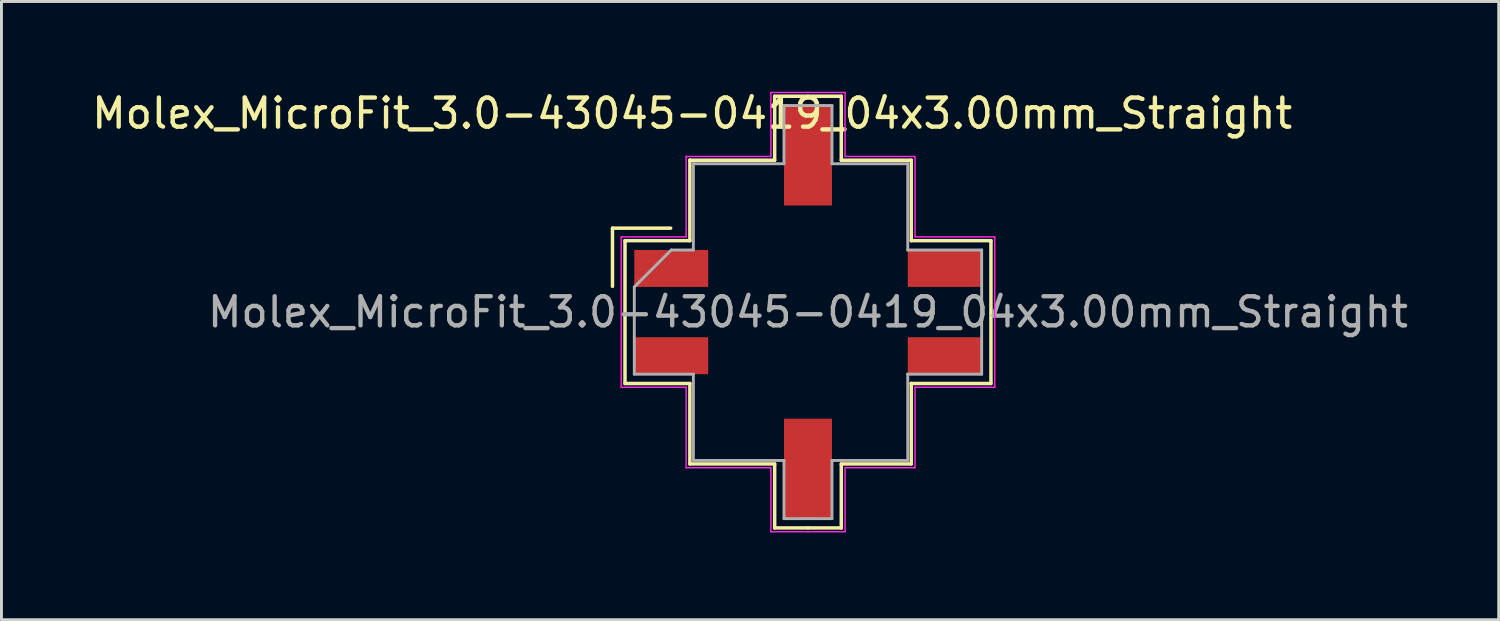
<source format=kicad_pcb>
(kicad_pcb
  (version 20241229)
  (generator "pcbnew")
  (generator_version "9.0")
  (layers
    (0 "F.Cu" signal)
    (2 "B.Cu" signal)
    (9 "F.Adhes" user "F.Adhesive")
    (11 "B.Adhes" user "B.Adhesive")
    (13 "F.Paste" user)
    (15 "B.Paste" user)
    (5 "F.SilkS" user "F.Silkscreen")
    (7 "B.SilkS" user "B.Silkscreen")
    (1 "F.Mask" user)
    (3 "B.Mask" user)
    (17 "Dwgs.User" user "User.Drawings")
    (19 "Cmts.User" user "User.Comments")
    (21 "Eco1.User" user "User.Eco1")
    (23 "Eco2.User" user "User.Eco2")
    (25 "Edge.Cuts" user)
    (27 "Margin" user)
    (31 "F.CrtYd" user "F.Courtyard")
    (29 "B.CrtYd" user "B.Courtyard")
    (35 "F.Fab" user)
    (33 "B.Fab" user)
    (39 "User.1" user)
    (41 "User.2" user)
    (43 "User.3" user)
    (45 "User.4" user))
  (footprint "Molex_MicroFit_3.0-43045-0419_04x3.00mm_Straight"
    (layer "F.Cu")
    (at 24.724 7.678)
    (property "Reference" "Molex_MicroFit_3.0-43045-0419_04x3.00mm_Straight" (at -3.98 -6.83 0) (layer "F.SilkS") (effects (font (size 1 1) (thickness 0.15))))
    (attr smd)
    (fp_line (start -6.72 -2.885) (end -6.72 -0.885) (stroke (width 0.12) (type solid)) (layer "F.SilkS"))
    (fp_line (start -6.29 -2.455) (end -4.06 -2.455) (stroke (width 0.12) (type solid)) (layer "F.SilkS"))
    (fp_line (start -6.29 2.455) (end -6.29 -2.455) (stroke (width 0.12) (type solid)) (layer "F.SilkS"))
    (fp_line (start -4.72 -2.885) (end -6.72 -2.885) (stroke (width 0.12) (type solid)) (layer "F.SilkS"))
    (fp_line (start -4.06 -5.22) (end -4.06 -5.22) (stroke (width 0.12) (type solid)) (layer "F.SilkS"))
    (fp_line (start -4.06 -5.22) (end -1.145 -5.22) (stroke (width 0.12) (type solid)) (layer "F.SilkS"))
    (fp_line (start -4.06 -2.455) (end -4.06 -5.22) (stroke (width 0.12) (type solid)) (layer "F.SilkS"))
    (fp_line (start -4.06 2.455) (end -6.29 2.455) (stroke (width 0.12) (type solid)) (layer "F.SilkS"))
    (fp_line (start -4.06 5.22) (end -4.06 2.455) (stroke (width 0.12) (type solid)) (layer "F.SilkS"))
    (fp_line (start -1.145 -7.42) (end 0 -7.42) (stroke (width 0.12) (type solid)) (layer "F.SilkS"))
    (fp_line (start -1.145 -5.22) (end -1.145 -7.42) (stroke (width 0.12) (type solid)) (layer "F.SilkS"))
    (fp_line (start -1.145 5.22) (end -4.06 5.22) (stroke (width 0.12) (type solid)) (layer "F.SilkS"))
    (fp_line (start -1.145 7.42) (end -1.145 5.22) (stroke (width 0.12) (type solid)) (layer "F.SilkS"))
    (fp_line (start 0 -7.42) (end 1.145 -7.42) (stroke (width 0.12) (type solid)) (layer "F.SilkS"))
    (fp_line (start 0 7.42) (end -1.145 7.42) (stroke (width 0.12) (type solid)) (layer "F.SilkS"))
    (fp_line (start 1.145 -7.42) (end 1.145 -5.22) (stroke (width 0.12) (type solid)) (layer "F.SilkS"))
    (fp_line (start 1.145 -5.22) (end 3.55 -5.22) (stroke (width 0.12) (type solid)) (layer "F.SilkS"))
    (fp_line (start 1.145 5.22) (end 1.145 7.42) (stroke (width 0.12) (type solid)) (layer "F.SilkS"))
    (fp_line (start 1.145 7.42) (end 0 7.42) (stroke (width 0.12) (type solid)) (layer "F.SilkS"))
    (fp_line (start 3.55 -5.22) (end 3.55 -2.455) (stroke (width 0.12) (type solid)) (layer "F.SilkS"))
    (fp_line (start 3.55 -2.455) (end 6.29 -2.455) (stroke (width 0.12) (type solid)) (layer "F.SilkS"))
    (fp_line (start 3.55 2.455) (end 3.55 2.455) (stroke (width 0.12) (type solid)) (layer "F.SilkS"))
    (fp_line (start 3.55 2.455) (end 3.55 5.22) (stroke (width 0.12) (type solid)) (layer "F.SilkS"))
    (fp_line (start 3.55 5.22) (end 1.145 5.22) (stroke (width 0.12) (type solid)) (layer "F.SilkS"))
    (fp_line (start 6.29 -2.455) (end 6.29 2.455) (stroke (width 0.12) (type solid)) (layer "F.SilkS"))
    (fp_line (start 6.29 2.455) (end 3.55 2.455) (stroke (width 0.12) (type solid)) (layer "F.SilkS"))
    (fp_line (start -6.42 -2.585) (end -4.19 -2.585) (stroke (width 0.05) (type solid)) (layer "F.CrtYd"))
    (fp_line (start -6.42 2.585) (end -6.42 -2.585) (stroke (width 0.05) (type solid)) (layer "F.CrtYd"))
    (fp_line (start -4.19 -5.35) (end -4.19 -5.35) (stroke (width 0.05) (type solid)) (layer "F.CrtYd"))
    (fp_line (start -4.19 -5.35) (end -1.275 -5.35) (stroke (width 0.05) (type solid)) (layer "F.CrtYd"))
    (fp_line (start -4.19 -2.585) (end -4.19 -5.35) (stroke (width 0.05) (type solid)) (layer "F.CrtYd"))
    (fp_line (start -4.19 2.585) (end -6.42 2.585) (stroke (width 0.05) (type solid)) (layer "F.CrtYd"))
    (fp_line (start -4.19 5.35) (end -4.19 2.585) (stroke (width 0.05) (type solid)) (layer "F.CrtYd"))
    (fp_line (start -1.275 -7.55) (end 0 -7.55) (stroke (width 0.05) (type solid)) (layer "F.CrtYd"))
    (fp_line (start -1.275 -5.35) (end -1.275 -7.55) (stroke (width 0.05) (type solid)) (layer "F.CrtYd"))
    (fp_line (start -1.275 5.35) (end -4.19 5.35) (stroke (width 0.05) (type solid)) (layer "F.CrtYd"))
    (fp_line (start -1.275 7.55) (end -1.275 5.35) (stroke (width 0.05) (type solid)) (layer "F.CrtYd"))
    (fp_line (start 0 -7.55) (end 1.275 -7.55) (stroke (width 0.05) (type solid)) (layer "F.CrtYd"))
    (fp_line (start 0 7.55) (end -1.275 7.55) (stroke (width 0.05) (type solid)) (layer "F.CrtYd"))
    (fp_line (start 1.275 -7.55) (end 1.275 -5.35) (stroke (width 0.05) (type solid)) (layer "F.CrtYd"))
    (fp_line (start 1.275 -5.35) (end 3.68 -5.35) (stroke (width 0.05) (type solid)) (layer "F.CrtYd"))
    (fp_line (start 1.275 5.35) (end 1.275 7.55) (stroke (width 0.05) (type solid)) (layer "F.CrtYd"))
    (fp_line (start 1.275 7.55) (end 0 7.55) (stroke (width 0.05) (type solid)) (layer "F.CrtYd"))
    (fp_line (start 3.68 -5.35) (end 3.68 -2.585) (stroke (width 0.05) (type solid)) (layer "F.CrtYd"))
    (fp_line (start 3.68 -2.585) (end 6.42 -2.585) (stroke (width 0.05) (type solid)) (layer "F.CrtYd"))
    (fp_line (start 3.68 2.585) (end 3.68 2.585) (stroke (width 0.05) (type solid)) (layer "F.CrtYd"))
    (fp_line (start 3.68 2.585) (end 3.68 5.35) (stroke (width 0.05) (type solid)) (layer "F.CrtYd"))
    (fp_line (start 3.68 5.35) (end 1.275 5.35) (stroke (width 0.05) (type solid)) (layer "F.CrtYd"))
    (fp_line (start 6.42 -2.585) (end 6.42 2.585) (stroke (width 0.05) (type solid)) (layer "F.CrtYd"))
    (fp_line (start 6.42 2.585) (end 3.68 2.585) (stroke (width 0.05) (type solid)) (layer "F.CrtYd"))
    (fp_line (start -5.97 -0.865) (end -4.7 -2.135) (stroke (width 0.1) (type solid)) (layer "F.Fab"))
    (fp_line (start -5.97 2.135) (end -5.97 -0.865) (stroke (width 0.1) (type solid)) (layer "F.Fab"))
    (fp_line (start -4.7 -2.135) (end -3.94 -2.135) (stroke (width 0.1) (type solid)) (layer "F.Fab"))
    (fp_line (start -3.94 -5.1) (end -3.94 -5.1) (stroke (width 0.1) (type solid)) (layer "F.Fab"))
    (fp_line (start -3.94 -5.1) (end -0.825 -5.1) (stroke (width 0.1) (type solid)) (layer "F.Fab"))
    (fp_line (start -3.94 -2.135) (end -3.94 -5.1) (stroke (width 0.1) (type solid)) (layer "F.Fab"))
    (fp_line (start -3.94 2.135) (end -5.97 2.135) (stroke (width 0.1) (type solid)) (layer "F.Fab"))
    (fp_line (start -3.94 5.1) (end -3.94 2.135) (stroke (width 0.1) (type solid)) (layer "F.Fab"))
    (fp_line (start -0.825 -7.1) (end 0 -7.1) (stroke (width 0.1) (type solid)) (layer "F.Fab"))
    (fp_line (start -0.825 -5.1) (end -0.825 -7.1) (stroke (width 0.1) (type solid)) (layer "F.Fab"))
    (fp_line (start -0.825 5.1) (end -3.94 5.1) (stroke (width 0.1) (type solid)) (layer "F.Fab"))
    (fp_line (start -0.825 7.1) (end -0.825 5.1) (stroke (width 0.1) (type solid)) (layer "F.Fab"))
    (fp_line (start 0 -7.1) (end 0.825 -7.1) (stroke (width 0.1) (type solid)) (layer "F.Fab"))
    (fp_line (start 0 7.1) (end -0.825 7.1) (stroke (width 0.1) (type solid)) (layer "F.Fab"))
    (fp_line (start 0.825 -7.1) (end 0.825 -5.1) (stroke (width 0.1) (type solid)) (layer "F.Fab"))
    (fp_line (start 0.825 -5.1) (end 3.43 -5.1) (stroke (width 0.1) (type solid)) (layer "F.Fab"))
    (fp_line (start 0.825 5.1) (end 0.825 7.1) (stroke (width 0.1) (type solid)) (layer "F.Fab"))
    (fp_line (start 0.825 7.1) (end 0 7.1) (stroke (width 0.1) (type solid)) (layer "F.Fab"))
    (fp_line (start 3.43 -5.1) (end 3.43 -2.135) (stroke (width 0.1) (type solid)) (layer "F.Fab"))
    (fp_line (start 3.43 -2.135) (end 5.97 -2.135) (stroke (width 0.1) (type solid)) (layer "F.Fab"))
    (fp_line (start 3.43 2.135) (end 3.43 2.135) (stroke (width 0.1) (type solid)) (layer "F.Fab"))
    (fp_line (start 3.43 2.135) (end 3.43 5.1) (stroke (width 0.1) (type solid)) (layer "F.Fab"))
    (fp_line (start 3.43 5.1) (end 0.825 5.1) (stroke (width 0.1) (type solid)) (layer "F.Fab"))
    (fp_line (start 5.97 -2.135) (end 5.97 2.135) (stroke (width 0.1) (type solid)) (layer "F.Fab"))
    (fp_line (start 5.97 2.135) (end 3.43 2.135) (stroke (width 0.1) (type solid)) (layer "F.Fab"))
    (fp_text user "${REFERENCE}" (at 0 0 0) (layer "F.Fab") (effects (font (size 1 1) (thickness 0.15))))
    (pad "" smd rect (at 0 -5.38) (size 1.65 3.43) (layers "F.Cu" "F.Mask" "F.Paste"))
    (pad "" smd rect (at 0 5.38) (size 1.65 3.43) (layers "F.Cu" "F.Mask" "F.Paste"))
    (pad "1" smd rect (at -4.7 -1.5) (size 2.54 1.27) (layers "F.Cu" "F.Mask" "F.Paste"))
    (pad "2" smd rect (at -4.7 1.5) (size 2.54 1.27) (layers "F.Cu" "F.Mask" "F.Paste"))
    (pad "3" smd rect (at 4.7 1.5) (size 2.54 1.27) (layers "F.Cu" "F.Mask" "F.Paste"))
    (pad "4" smd rect (at 4.7 -1.5) (size 2.54 1.27) (layers "F.Cu" "F.Mask" "F.Paste")))
  (gr_rect
    (start -3 -3)
    (end 48.468 18.253)
    (stroke (width 0.1) (type default))
    (fill no)
    (layer "Edge.Cuts")))
</source>
